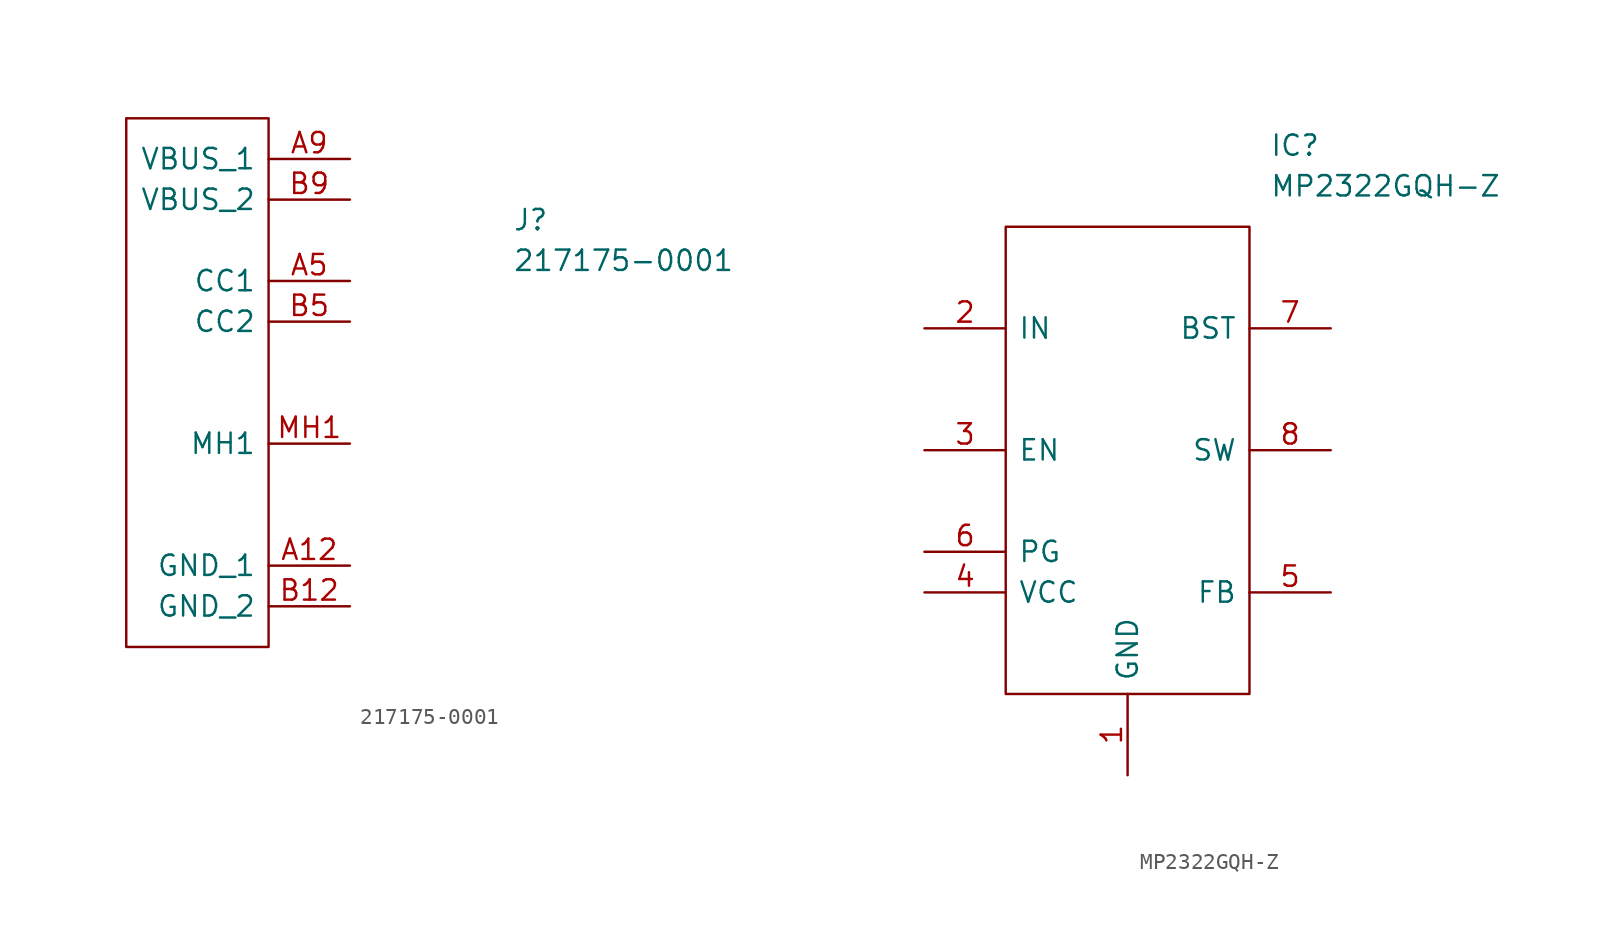
<source format=kicad_sym>
(kicad_symbol_lib
  (version 20220914)
  (generator kicad_symbol_editor)
  (symbol "217175-0001"
    (pin_names
      (offset 0.762))
    (property "Reference" "J"
      (at 29.21 7.62 0)
      (effects (font (size 1.27 1.27)) (justify left)))
    (property "Value" "217175-0001"
      (at 29.21 5.08 0)
      (effects (font (size 1.27 1.27)) (justify left)))
    (symbol "217175-0001_0_0"
      (pin passive line (at 19.05 -13.97 180) (length 5.08) (name "GND_1" (effects (font (size 1.27 1.27)))) (number "A12" (effects (font (size 1.27 1.27)))))
      (pin passive line (at 19.05 3.81 180) (length 5.08) (name "CC1" (effects (font (size 1.27 1.27)))) (number "A5" (effects (font (size 1.27 1.27)))))
      (pin passive line (at 19.05 11.43 180) (length 5.08) (name "VBUS_1" (effects (font (size 1.27 1.27)))) (number "A9" (effects (font (size 1.27 1.27)))))
      (pin passive line (at 19.05 -16.51 180) (length 5.08) (name "GND_2" (effects (font (size 1.27 1.27)))) (number "B12" (effects (font (size 1.27 1.27)))))
      (pin passive line (at 19.05 1.27 180) (length 5.08) (name "CC2" (effects (font (size 1.27 1.27)))) (number "B5" (effects (font (size 1.27 1.27)))))
      (pin passive line (at 19.05 8.89 180) (length 5.08) (name "VBUS_2" (effects (font (size 1.27 1.27)))) (number "B9" (effects (font (size 1.27 1.27)))))
      (pin passive line (at 19.05 -6.35 180) (length 5.08) (name "MH1" (effects (font (size 1.27 1.27)))) (number "MH1" (effects (font (size 1.27 1.27)))))
      (pin passive line (at 19.05 -6.35 180) (length 5.08) hide (name "MH2" (effects (font (size 1.27 1.27)))) (number "MH2" (effects (font (size 1.27 1.27)))))
      (pin passive line (at 19.05 -6.35 180) (length 5.08) hide (name "MH3" (effects (font (size 1.27 1.27)))) (number "MH3" (effects (font (size 1.27 1.27)))))
      (pin passive line (at 19.05 -6.35 180) (length 5.08) hide (name "MH4" (effects (font (size 1.27 1.27)))) (number "MH4" (effects (font (size 1.27 1.27))))))
    (symbol "217175-0001_0_1"
      (polyline (pts (xy 5.08 13.97) (xy 13.97 13.97) (xy 13.97 -19.05) (xy 5.08 -19.05) (xy 5.08 13.97)) (stroke (width 0.152) (type solid)) (fill (type none)))))
  (symbol "MP2322GQH-Z"
    (pin_names
      (offset 0.762))
    (property "Reference" "IC"
      (at 21.59 7.62 0)
      (effects (font (size 1.27 1.27)) (justify left)))
    (property "Value" "MP2322GQH-Z"
      (at 21.59 5.08 0)
      (effects (font (size 1.27 1.27)) (justify left)))
    (symbol "MP2322GQH-Z_0_0"
      (pin passive line (at 12.7 -31.75 90) (length 5.08) (name "GND" (effects (font (size 1.27 1.27)))) (number "1" (effects (font (size 1.27 1.27)))))
      (pin passive line (at 0 -3.81 0) (length 5.08) (name "IN" (effects (font (size 1.27 1.27)))) (number "2" (effects (font (size 1.27 1.27)))))
      (pin passive line (at 0 -11.43 0) (length 5.08) (name "EN" (effects (font (size 1.27 1.27)))) (number "3" (effects (font (size 1.27 1.27)))))
      (pin passive line (at 0 -20.32 0) (length 5.08) (name "VCC" (effects (font (size 1.27 1.27)))) (number "4" (effects (font (size 1.27 1.27)))))
      (pin passive line (at 25.4 -20.32 180) (length 5.08) (name "FB" (effects (font (size 1.27 1.27)))) (number "5" (effects (font (size 1.27 1.27)))))
      (pin passive line (at 0 -17.78 0) (length 5.08) (name "PG" (effects (font (size 1.27 1.27)))) (number "6" (effects (font (size 1.27 1.27)))))
      (pin passive line (at 25.4 -3.81 180) (length 5.08) (name "BST" (effects (font (size 1.27 1.27)))) (number "7" (effects (font (size 1.27 1.27)))))
      (pin passive line (at 25.4 -11.43 180) (length 5.08) (name "SW" (effects (font (size 1.27 1.27)))) (number "8" (effects (font (size 1.27 1.27))))))
    (symbol "MP2322GQH-Z_0_1"
      (polyline (pts (xy 5.08 2.54) (xy 20.32 2.54) (xy 20.32 -26.67) (xy 5.08 -26.67) (xy 5.08 2.54)) (stroke (width 0.152) (type solid)) (fill (type none))))))
</source>
